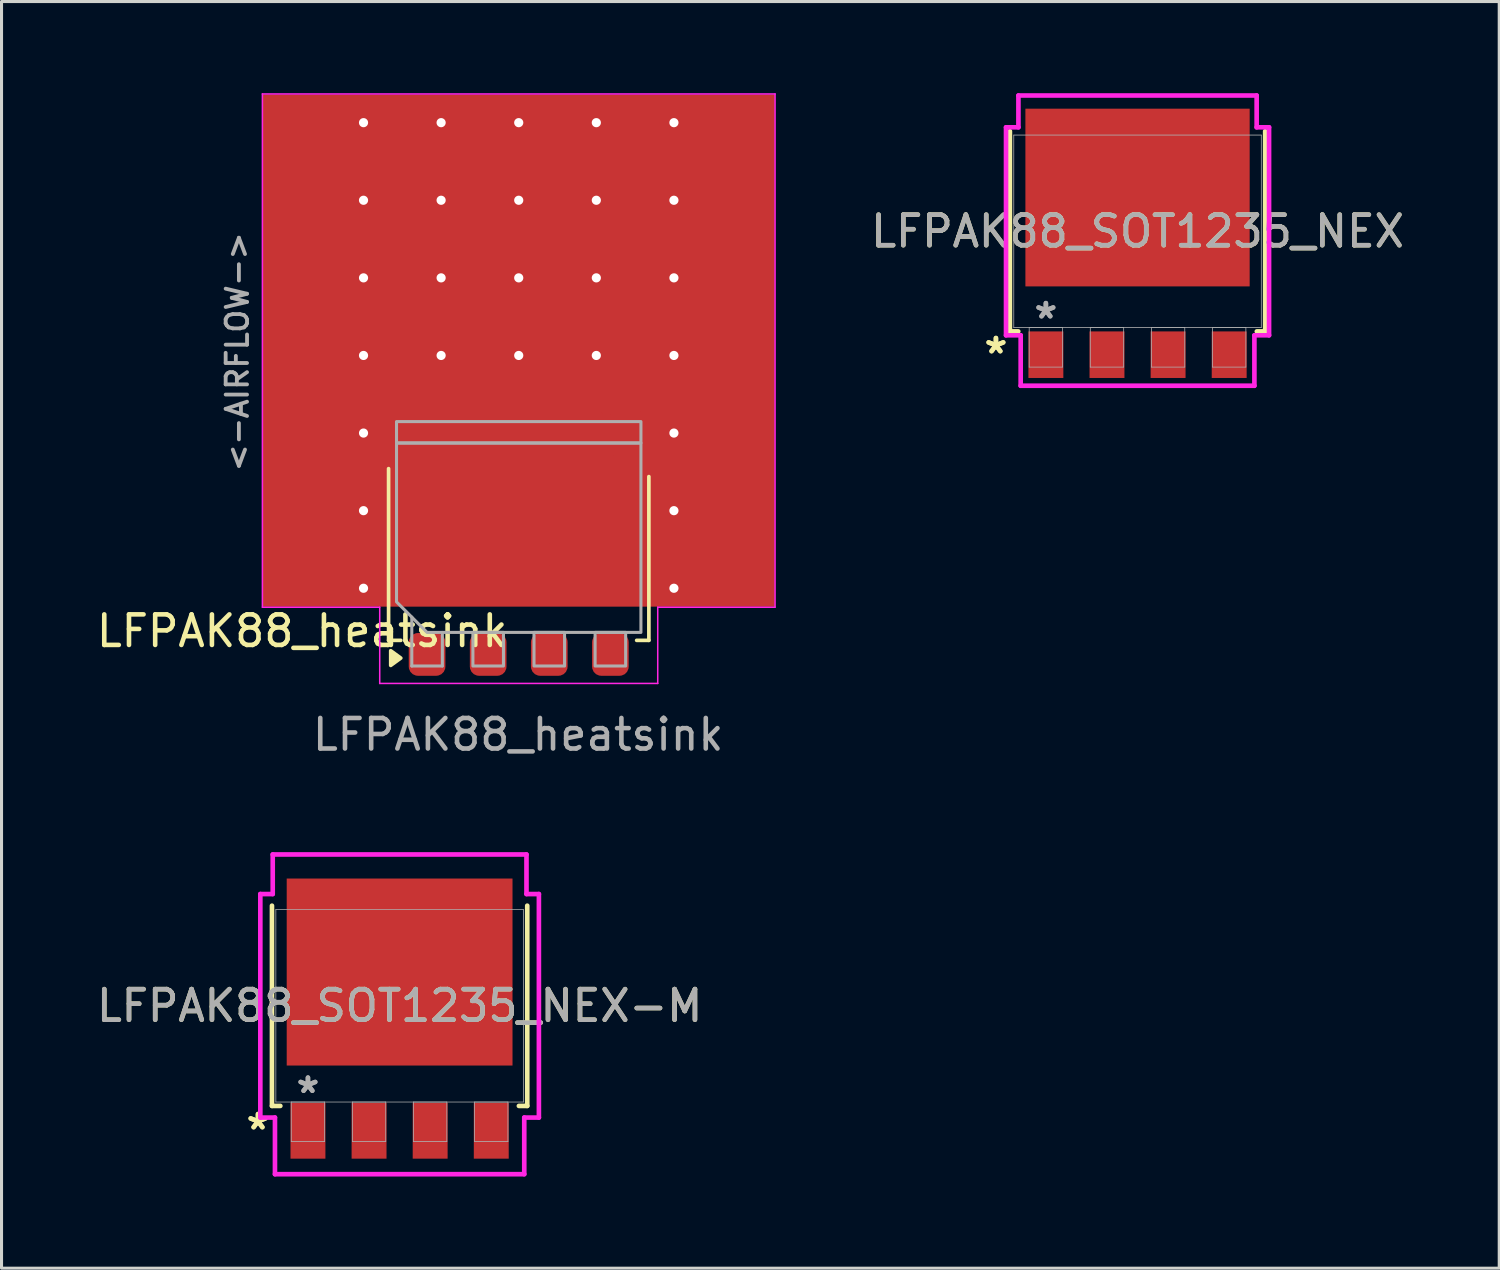
<source format=kicad_pcb>
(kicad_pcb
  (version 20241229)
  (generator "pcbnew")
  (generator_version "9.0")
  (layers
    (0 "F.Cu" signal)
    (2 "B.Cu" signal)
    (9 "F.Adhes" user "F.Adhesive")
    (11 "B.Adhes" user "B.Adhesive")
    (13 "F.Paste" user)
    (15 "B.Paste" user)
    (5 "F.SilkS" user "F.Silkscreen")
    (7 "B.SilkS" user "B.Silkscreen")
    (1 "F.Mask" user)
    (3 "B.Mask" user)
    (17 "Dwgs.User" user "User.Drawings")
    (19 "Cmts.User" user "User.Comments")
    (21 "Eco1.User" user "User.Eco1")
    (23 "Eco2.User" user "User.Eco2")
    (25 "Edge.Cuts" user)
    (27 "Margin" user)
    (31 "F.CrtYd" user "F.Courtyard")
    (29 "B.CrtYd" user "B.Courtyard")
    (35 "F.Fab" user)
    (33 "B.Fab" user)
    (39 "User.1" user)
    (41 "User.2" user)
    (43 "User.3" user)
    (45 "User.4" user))
  (footprint "LFPAK88_SOT1235_NEX"
    (layer "F.Cu")
    (at 34.184 4.521)
    (property "Reference" "LFPAK88_SOT1235_NEX" (at 0 0 0) (unlocked yes) (layer "F.SilkS") (effects (font (size 1 1) (thickness 0.15))))
    (attr smd)
    (fp_line (start -4.178 -3.277) (end -4.178 3.277) (stroke (width 0.152) (type solid)) (layer "F.SilkS"))
    (fp_line (start -4.178 3.277) (end -3.904 3.277) (stroke (width 0.152) (type solid)) (layer "F.SilkS"))
    (fp_line (start 3.904 3.277) (end 4.178 3.277) (stroke (width 0.152) (type solid)) (layer "F.SilkS"))
    (fp_line (start 4.178 3.277) (end 4.178 -3.277) (stroke (width 0.152) (type solid)) (layer "F.SilkS"))
    (fp_line (start -4.305 -3.404) (end -3.899 -3.404) (stroke (width 0.152) (type solid)) (layer "F.CrtYd"))
    (fp_line (start -4.305 3.404) (end -4.305 -3.404) (stroke (width 0.152) (type solid)) (layer "F.CrtYd"))
    (fp_line (start -3.899 -4.445) (end 3.899 -4.445) (stroke (width 0.152) (type solid)) (layer "F.CrtYd"))
    (fp_line (start -3.899 -3.404) (end -3.899 -4.445) (stroke (width 0.152) (type solid)) (layer "F.CrtYd"))
    (fp_line (start -3.825 3.404) (end -4.305 3.404) (stroke (width 0.152) (type solid)) (layer "F.CrtYd"))
    (fp_line (start -3.825 5.055) (end -3.825 3.404) (stroke (width 0.152) (type solid)) (layer "F.CrtYd"))
    (fp_line (start 3.825 3.404) (end 3.825 5.055) (stroke (width 0.152) (type solid)) (layer "F.CrtYd"))
    (fp_line (start 3.825 5.055) (end -3.825 5.055) (stroke (width 0.152) (type solid)) (layer "F.CrtYd"))
    (fp_line (start 3.899 -4.445) (end 3.899 -3.404) (stroke (width 0.152) (type solid)) (layer "F.CrtYd"))
    (fp_line (start 3.899 -3.404) (end 4.305 -3.404) (stroke (width 0.152) (type solid)) (layer "F.CrtYd"))
    (fp_line (start 4.305 -3.404) (end 4.305 3.404) (stroke (width 0.152) (type solid)) (layer "F.CrtYd"))
    (fp_line (start 4.305 3.404) (end 3.825 3.404) (stroke (width 0.152) (type solid)) (layer "F.CrtYd"))
    (fp_line (start -4.051 -3.15) (end -4.051 3.15) (stroke (width 0.025) (type solid)) (layer "F.Fab"))
    (fp_line (start -4.051 3.15) (end 4.051 3.15) (stroke (width 0.025) (type solid)) (layer "F.Fab"))
    (fp_line (start -3.546 3.15) (end -3.546 4.445) (stroke (width 0.025) (type solid)) (layer "F.Fab"))
    (fp_line (start -3.546 4.445) (end -2.454 4.445) (stroke (width 0.025) (type solid)) (layer "F.Fab"))
    (fp_line (start -2.454 3.15) (end -3.546 3.15) (stroke (width 0.025) (type solid)) (layer "F.Fab"))
    (fp_line (start -2.454 4.445) (end -2.454 3.15) (stroke (width 0.025) (type solid)) (layer "F.Fab"))
    (fp_line (start -1.546 3.15) (end -1.546 4.445) (stroke (width 0.025) (type solid)) (layer "F.Fab"))
    (fp_line (start -1.546 4.445) (end -0.454 4.445) (stroke (width 0.025) (type solid)) (layer "F.Fab"))
    (fp_line (start -0.454 3.15) (end -1.546 3.15) (stroke (width 0.025) (type solid)) (layer "F.Fab"))
    (fp_line (start -0.454 4.445) (end -0.454 3.15) (stroke (width 0.025) (type solid)) (layer "F.Fab"))
    (fp_line (start 0.454 3.15) (end 0.454 4.445) (stroke (width 0.025) (type solid)) (layer "F.Fab"))
    (fp_line (start 0.454 4.445) (end 1.546 4.445) (stroke (width 0.025) (type solid)) (layer "F.Fab"))
    (fp_line (start 1.546 3.15) (end 0.454 3.15) (stroke (width 0.025) (type solid)) (layer "F.Fab"))
    (fp_line (start 1.546 4.445) (end 1.546 3.15) (stroke (width 0.025) (type solid)) (layer "F.Fab"))
    (fp_line (start 2.454 3.15) (end 2.454 4.445) (stroke (width 0.025) (type solid)) (layer "F.Fab"))
    (fp_line (start 2.454 4.445) (end 3.546 4.445) (stroke (width 0.025) (type solid)) (layer "F.Fab"))
    (fp_line (start 3.546 3.15) (end 2.454 3.15) (stroke (width 0.025) (type solid)) (layer "F.Fab"))
    (fp_line (start 3.546 4.445) (end 3.546 3.15) (stroke (width 0.025) (type solid)) (layer "F.Fab"))
    (fp_line (start 4.051 -3.15) (end -4.051 -3.15) (stroke (width 0.025) (type solid)) (layer "F.Fab"))
    (fp_line (start 4.051 3.15) (end 4.051 -3.15) (stroke (width 0.025) (type solid)) (layer "F.Fab"))
    (fp_text user "*" (at -4.635 4.039 0) (unlocked yes) (layer "F.SilkS") (effects (font (size 1 1) (thickness 0.15))))
    (fp_text user "*" (at -4.635 4.039 0) (layer "F.SilkS") (effects (font (size 1 1) (thickness 0.15))))
    (fp_text user "*" (at -3 2.896 0) (unlocked yes) (layer "F.Fab") (effects (font (size 1 1) (thickness 0.15))))
    (fp_text user "*" (at -3 2.896 0) (layer "F.Fab") (effects (font (size 1 1) (thickness 0.15))))
    (fp_text user "${REFERENCE}" (at 0 0 0) (unlocked yes) (layer "F.Fab") (effects (font (size 1 1) (thickness 0.15))))
    (pad "1" smd rect (at -3 4.039) (size 1.143 1.524) (layers "F.Cu" "F.Mask" "F.Paste"))
    (pad "2" smd rect (at -1 4.039) (size 1.143 1.524) (layers "F.Cu" "F.Mask" "F.Paste"))
    (pad "3" smd rect (at 1 4.039) (size 1.143 1.524) (layers "F.Cu" "F.Mask" "F.Paste"))
    (pad "4" smd rect (at 3 4.039) (size 1.143 1.524) (layers "F.Cu" "F.Mask" "F.Paste"))
    (pad "5" smd rect (at 0 -1.105) (size 7.341 5.817) (layers "F.Cu" "F.Mask" "F.Paste")))
  (footprint "LFPAK88_SOT1235_NEX-M"
    (layer "F.Cu")
    (at 10.03 29.872)
    (property "Reference" "LFPAK88_SOT1235_NEX-M" (at 0 0 0) (unlocked yes) (layer "F.SilkS") (effects (font (size 1 1) (thickness 0.15))))
    (attr smd)
    (fp_line (start -4.178 -3.277) (end -4.178 3.277) (stroke (width 0.152) (type solid)) (layer "F.SilkS"))
    (fp_line (start -4.178 3.277) (end -3.904 3.277) (stroke (width 0.152) (type solid)) (layer "F.SilkS"))
    (fp_line (start 3.904 3.277) (end 4.178 3.277) (stroke (width 0.152) (type solid)) (layer "F.SilkS"))
    (fp_line (start 4.178 3.277) (end 4.178 -3.277) (stroke (width 0.152) (type solid)) (layer "F.SilkS"))
    (fp_line (start -4.559 -3.658) (end -4.153 -3.658) (stroke (width 0.152) (type solid)) (layer "F.CrtYd"))
    (fp_line (start -4.559 3.658) (end -4.559 -3.658) (stroke (width 0.152) (type solid)) (layer "F.CrtYd"))
    (fp_line (start -4.153 -4.953) (end 4.153 -4.953) (stroke (width 0.152) (type solid)) (layer "F.CrtYd"))
    (fp_line (start -4.153 -3.658) (end -4.153 -4.953) (stroke (width 0.152) (type solid)) (layer "F.CrtYd"))
    (fp_line (start -4.08 3.658) (end -4.559 3.658) (stroke (width 0.152) (type solid)) (layer "F.CrtYd"))
    (fp_line (start -4.08 5.512) (end -4.08 3.658) (stroke (width 0.152) (type solid)) (layer "F.CrtYd"))
    (fp_line (start 4.08 3.658) (end 4.08 5.512) (stroke (width 0.152) (type solid)) (layer "F.CrtYd"))
    (fp_line (start 4.08 5.512) (end -4.08 5.512) (stroke (width 0.152) (type solid)) (layer "F.CrtYd"))
    (fp_line (start 4.153 -4.953) (end 4.153 -3.658) (stroke (width 0.152) (type solid)) (layer "F.CrtYd"))
    (fp_line (start 4.153 -3.658) (end 4.559 -3.658) (stroke (width 0.152) (type solid)) (layer "F.CrtYd"))
    (fp_line (start 4.559 -3.658) (end 4.559 3.658) (stroke (width 0.152) (type solid)) (layer "F.CrtYd"))
    (fp_line (start 4.559 3.658) (end 4.08 3.658) (stroke (width 0.152) (type solid)) (layer "F.CrtYd"))
    (fp_line (start -4.051 -3.15) (end -4.051 3.15) (stroke (width 0.025) (type solid)) (layer "F.Fab"))
    (fp_line (start -4.051 3.15) (end 4.051 3.15) (stroke (width 0.025) (type solid)) (layer "F.Fab"))
    (fp_line (start -3.546 3.15) (end -3.546 4.445) (stroke (width 0.025) (type solid)) (layer "F.Fab"))
    (fp_line (start -3.546 4.445) (end -2.454 4.445) (stroke (width 0.025) (type solid)) (layer "F.Fab"))
    (fp_line (start -2.454 3.15) (end -3.546 3.15) (stroke (width 0.025) (type solid)) (layer "F.Fab"))
    (fp_line (start -2.454 4.445) (end -2.454 3.15) (stroke (width 0.025) (type solid)) (layer "F.Fab"))
    (fp_line (start -1.546 3.15) (end -1.546 4.445) (stroke (width 0.025) (type solid)) (layer "F.Fab"))
    (fp_line (start -1.546 4.445) (end -0.454 4.445) (stroke (width 0.025) (type solid)) (layer "F.Fab"))
    (fp_line (start -0.454 3.15) (end -1.546 3.15) (stroke (width 0.025) (type solid)) (layer "F.Fab"))
    (fp_line (start -0.454 4.445) (end -0.454 3.15) (stroke (width 0.025) (type solid)) (layer "F.Fab"))
    (fp_line (start 0.454 3.15) (end 0.454 4.445) (stroke (width 0.025) (type solid)) (layer "F.Fab"))
    (fp_line (start 0.454 4.445) (end 1.546 4.445) (stroke (width 0.025) (type solid)) (layer "F.Fab"))
    (fp_line (start 1.546 3.15) (end 0.454 3.15) (stroke (width 0.025) (type solid)) (layer "F.Fab"))
    (fp_line (start 1.546 4.445) (end 1.546 3.15) (stroke (width 0.025) (type solid)) (layer "F.Fab"))
    (fp_line (start 2.454 3.15) (end 2.454 4.445) (stroke (width 0.025) (type solid)) (layer "F.Fab"))
    (fp_line (start 2.454 4.445) (end 3.546 4.445) (stroke (width 0.025) (type solid)) (layer "F.Fab"))
    (fp_line (start 3.546 3.15) (end 2.454 3.15) (stroke (width 0.025) (type solid)) (layer "F.Fab"))
    (fp_line (start 3.546 4.445) (end 3.546 3.15) (stroke (width 0.025) (type solid)) (layer "F.Fab"))
    (fp_line (start 4.051 -3.15) (end -4.051 -3.15) (stroke (width 0.025) (type solid)) (layer "F.Fab"))
    (fp_line (start 4.051 3.15) (end 4.051 -3.15) (stroke (width 0.025) (type solid)) (layer "F.Fab"))
    (fp_text user "*" (at -4.635 4.089 0) (layer "F.SilkS") (effects (font (size 1 1) (thickness 0.15))))
    (fp_text user "*" (at -4.635 4.089 0) (unlocked yes) (layer "F.SilkS") (effects (font (size 1 1) (thickness 0.15))))
    (fp_text user "*" (at -3 2.896 0) (layer "F.Fab") (effects (font (size 1 1) (thickness 0.15))))
    (fp_text user "${REFERENCE}" (at 0 0 0) (unlocked yes) (layer "F.Fab") (effects (font (size 1 1) (thickness 0.15))))
    (fp_text user "*" (at -3 2.896 0) (unlocked yes) (layer "F.Fab") (effects (font (size 1 1) (thickness 0.15))))
    (pad "1" smd rect (at -3 4.089) (size 1.143 1.829) (layers "F.Cu" "F.Mask" "F.Paste"))
    (pad "2" smd rect (at -1 4.089) (size 1.143 1.829) (layers "F.Cu" "F.Mask" "F.Paste"))
    (pad "3" smd rect (at 1 4.089) (size 1.143 1.829) (layers "F.Cu" "F.Mask" "F.Paste"))
    (pad "4" smd rect (at 3 4.089) (size 1.143 1.829) (layers "F.Cu" "F.Mask" "F.Paste"))
    (pad "5" smd rect (at 0 -1.105) (size 7.391 6.121) (layers "F.Cu" "F.Mask" "F.Paste")))
  (footprint "LFPAK88_heatsink"
    (layer "F.Cu")
    (at 13.929 14.525)
    (property "Reference" "LFPAK88_heatsink" (at -7.09 3.08 0) (layer "F.SilkS") (effects (font (size 1 1) (thickness 0.15))))
    (attr smd)
    (fp_rect (start -8.128 -14.256) (end -6.223 2) (stroke (width 0.1) (type solid)) (fill yes) (layer "F.Mask"))
    (fp_rect (start 6.223 -14.256) (end 8.128 2) (stroke (width 0.1) (type solid)) (fill yes) (layer "F.Mask"))
    (fp_line (start -4.26 3.385) (end -4.26 -2.235) (stroke (width 0.12) (type solid)) (layer "F.SilkS"))
    (fp_line (start -4.26 3.385) (end -3.86 3.385) (stroke (width 0.12) (type default)) (layer "F.SilkS"))
    (fp_line (start 3.86 3.385) (end 4.26 3.385) (stroke (width 0.12) (type default)) (layer "F.SilkS"))
    (fp_line (start 4.26 3.385) (end 4.26 -1.975) (stroke (width 0.12) (type solid)) (layer "F.SilkS"))
    (fp_poly (pts (xy -3.86 3.965) (xy -4.19 3.725) (xy -4.19 4.205) (xy -3.86 3.965)) (stroke (width 0.12) (type solid)) (fill yes) (layer "F.SilkS"))
    (fp_rect (start -7.747 -14.256) (end -6.604 2) (stroke (width 0.1) (type solid)) (fill yes) (layer "F.Paste"))
    (fp_rect (start 6.604 -14.256) (end 7.747 2) (stroke (width 0.1) (type solid)) (fill yes) (layer "F.Paste"))
    (fp_line (start -8.39 -14.5) (end -8.39 2.3) (stroke (width 0.05) (type default)) (layer "F.CrtYd"))
    (fp_line (start -8.39 2.3) (end -4.55 2.3) (stroke (width 0.05) (type default)) (layer "F.CrtYd"))
    (fp_line (start -4.55 2.3) (end -4.55 4.795) (stroke (width 0.05) (type default)) (layer "F.CrtYd"))
    (fp_line (start -4.55 4.795) (end 4.55 4.795) (stroke (width 0.05) (type default)) (layer "F.CrtYd"))
    (fp_line (start 4.55 4.795) (end 4.55 2.3) (stroke (width 0.05) (type default)) (layer "F.CrtYd"))
    (fp_line (start 8.39 -14.5) (end -8.39 -14.5) (stroke (width 0.05) (type default)) (layer "F.CrtYd"))
    (fp_line (start 8.39 2.3) (end 4.55 2.3) (stroke (width 0.05) (type default)) (layer "F.CrtYd"))
    (fp_line (start 8.39 2.3) (end 8.39 -14.5) (stroke (width 0.05) (type default)) (layer "F.CrtYd"))
    (fp_line (start -3.5 4.225) (end -3.5 2.625) (stroke (width 0.1) (type default)) (layer "F.Fab"))
    (fp_line (start -3.5 4.225) (end -2.5 4.225) (stroke (width 0.1) (type default)) (layer "F.Fab"))
    (fp_line (start -2.5 4.225) (end -2.5 3.125) (stroke (width 0.1) (type default)) (layer "F.Fab"))
    (fp_rect (start -4 -3.775) (end 4 -3.075) (stroke (width 0.1) (type default)) (fill no) (layer "F.Fab"))
    (fp_rect (start -1.5 3.125) (end -0.5 4.225) (stroke (width 0.1) (type default)) (fill no) (layer "F.Fab"))
    (fp_rect (start 0.5 3.125) (end 1.5 4.225) (stroke (width 0.1) (type default)) (fill no) (layer "F.Fab"))
    (fp_rect (start 2.5 3.125) (end 3.5 4.225) (stroke (width 0.1) (type default)) (fill no) (layer "F.Fab"))
    (fp_poly (pts (xy -3 3.125) (xy -4 2.125) (xy -4 -3.075) (xy 4 -3.075) (xy 4 3.125)) (stroke (width 0.1) (type solid)) (fill no) (layer "F.Fab"))
    (fp_text user "<-AIRFLOW->" (at -9.21 -6.06 90) (unlocked yes) (layer "F.Fab") (effects (font (size 0.7 0.7) (thickness 0.125))))
    (fp_text user "${REFERENCE}" (at -0.02 6.47 180) (layer "F.Fab") (effects (font (size 1 1) (thickness 0.15))))
    (pad "1" smd roundrect (at -3 3.845 90) (size 1.4 1.2) (layers "F.Cu" "F.Mask" "F.Paste") (roundrect_rratio 0.25))
    (pad "2" smd roundrect (at -1 3.845 90) (size 1.4 1.2) (layers "F.Cu" "F.Mask" "F.Paste") (roundrect_rratio 0.25))
    (pad "3" smd roundrect (at 1 3.845 90) (size 1.4 1.2) (layers "F.Cu" "F.Mask" "F.Paste") (roundrect_rratio 0.25))
    (pad "4" smd roundrect (at 3 3.845 90) (size 1.4 1.2) (layers "F.Cu" "F.Mask" "F.Paste") (roundrect_rratio 0.25))
    (pad "5" thru_hole circle (at -5.08 -13.56 90) (size 0.45 0.45) (drill 0.3) (property pad_prop_heatsink) (layers "*.Cu" "*.Mask") (remove_unused_layers yes) (zone_layer_connections))
    (pad "5" thru_hole circle (at -5.08 -11.02 90) (size 0.45 0.45) (drill 0.3) (property pad_prop_heatsink) (layers "*.Cu" "*.Mask") (remove_unused_layers yes) (zone_layer_connections))
    (pad "5" thru_hole circle (at -5.08 -8.48 90) (size 0.45 0.45) (drill 0.3) (property pad_prop_heatsink) (layers "*.Cu" "*.Mask") (remove_unused_layers yes) (zone_layer_connections))
    (pad "5" thru_hole circle (at -5.08 -5.94 90) (size 0.45 0.45) (drill 0.3) (property pad_prop_heatsink) (layers "*.Cu" "*.Mask") (remove_unused_layers yes) (zone_layer_connections))
    (pad "5" thru_hole circle (at -5.08 -3.4 90) (size 0.45 0.45) (drill 0.3) (property pad_prop_heatsink) (layers "*.Cu" "*.Mask") (remove_unused_layers yes) (zone_layer_connections))
    (pad "5" thru_hole circle (at -5.08 -0.86 90) (size 0.45 0.45) (drill 0.3) (property pad_prop_heatsink) (layers "*.Cu" "*.Mask") (remove_unused_layers yes) (zone_layer_connections))
    (pad "5" thru_hole circle (at -5.08 1.68 90) (size 0.45 0.45) (drill 0.3) (property pad_prop_heatsink) (layers "*.Cu" "*.Mask") (remove_unused_layers yes) (zone_layer_connections))
    (pad "5" smd roundrect (at -3.55 -3.525 90) (size 1.25 1.2) (layers "F.Cu" "F.Paste") (roundrect_rratio 0.25))
    (pad "5" thru_hole circle (at -2.54 -13.56 90) (size 0.45 0.45) (drill 0.3) (property pad_prop_heatsink) (layers "*.Cu" "*.Mask") (remove_unused_layers yes) (zone_layer_connections))
    (pad "5" thru_hole circle (at -2.54 -11.02 90) (size 0.45 0.45) (drill 0.3) (property pad_prop_heatsink) (layers "*.Cu" "*.Mask") (remove_unused_layers yes) (zone_layer_connections))
    (pad "5" thru_hole circle (at -2.54 -8.48 90) (size 0.45 0.45) (drill 0.3) (property pad_prop_heatsink) (layers "*.Cu" "*.Mask") (remove_unused_layers yes) (zone_layer_connections))
    (pad "5" thru_hole circle (at -2.54 -5.94 90) (size 0.45 0.45) (drill 0.3) (property pad_prop_heatsink) (layers "*.Cu" "*.Mask") (remove_unused_layers yes) (zone_layer_connections))
    (pad "5" smd roundrect (at -2.25 -2.125 90) (size 1.15 2.05) (layers "F.Cu" "F.Paste") (roundrect_rratio 0.25))
    (pad "5" smd roundrect (at -2.25 -0.775 90) (size 1.15 2.05) (layers "F.Cu" "F.Paste") (roundrect_rratio 0.25))
    (pad "5" smd roundrect (at -2.25 0.575 90) (size 1.15 2.05) (layers "F.Cu" "F.Paste") (roundrect_rratio 0.25))
    (pad "5" smd roundrect (at -1.7 -3.8 90) (size 0.7 2.1) (layers "F.Cu" "F.Paste") (roundrect_rratio 0.25))
    (pad "5" thru_hole circle (at 0 -13.56 90) (size 0.45 0.45) (drill 0.3) (property pad_prop_heatsink) (layers "*.Cu" "*.Mask") (remove_unused_layers yes) (zone_layer_connections))
    (pad "5" thru_hole circle (at 0 -11.02 90) (size 0.45 0.45) (drill 0.3) (property pad_prop_heatsink) (layers "*.Cu" "*.Mask") (remove_unused_layers yes) (zone_layer_connections))
    (pad "5" thru_hole circle (at 0 -8.48 90) (size 0.45 0.45) (drill 0.3) (property pad_prop_heatsink) (layers "*.Cu" "*.Mask") (remove_unused_layers yes) (zone_layer_connections))
    (pad "5" smd rect (at 0 -6.1 90) (size 16.764 16.764) (layers "F.Cu"))
    (pad "5" thru_hole circle (at 0 -5.94 90) (size 0.45 0.45) (drill 0.3) (property pad_prop_heatsink) (layers "*.Cu" "*.Mask") (remove_unused_layers yes) (zone_layer_connections))
    (pad "5" smd roundrect (at 0 -3.525 90) (size 1.25 0.7) (layers "F.Cu" "F.Paste") (roundrect_rratio 0.25))
    (pad "5" smd roundrect (at 0 -2.125 90) (size 1.15 2.05) (layers "F.Cu" "F.Paste") (roundrect_rratio 0.25))
    (pad "5" smd roundrect (at 0 -0.775 90) (size 1.15 2.05) (layers "F.Cu" "F.Paste") (roundrect_rratio 0.25))
    (pad "5" smd custom (at 0 -0.625 90) (size 3.74 6.8) (layers "F.Cu" "F.Mask") (options (anchor rect)) (primitives (gr_poly (pts (xy 1.87 3.4) (xy 1.87 4.3) (xy 3.63 4.3) (xy 3.63 -4.3) (xy 1.87 -4.3) (xy 1.87 -3.4)) (width 0) (fill yes))))
    (pad "5" smd roundrect (at 0 0.575 90) (size 1.15 2.05) (layers "F.Cu" "F.Paste") (roundrect_rratio 0.25))
    (pad "5" smd roundrect (at 1.7 -3.8 90) (size 0.7 2.1) (layers "F.Cu" "F.Paste") (roundrect_rratio 0.25))
    (pad "5" smd roundrect (at 2.25 -2.125 90) (size 1.15 2.05) (layers "F.Cu" "F.Paste") (roundrect_rratio 0.25))
    (pad "5" smd roundrect (at 2.25 -0.775 90) (size 1.15 2.05) (layers "F.Cu" "F.Paste") (roundrect_rratio 0.25))
    (pad "5" smd roundrect (at 2.25 0.575 90) (size 1.15 2.05) (layers "F.Cu" "F.Paste") (roundrect_rratio 0.25))
    (pad "5" thru_hole circle (at 2.54 -13.56 90) (size 0.45 0.45) (drill 0.3) (property pad_prop_heatsink) (layers "*.Cu" "*.Mask") (remove_unused_layers yes) (zone_layer_connections))
    (pad "5" thru_hole circle (at 2.54 -11.02 90) (size 0.45 0.45) (drill 0.3) (property pad_prop_heatsink) (layers "*.Cu" "*.Mask") (remove_unused_layers yes) (zone_layer_connections))
    (pad "5" thru_hole circle (at 2.54 -8.48 90) (size 0.45 0.45) (drill 0.3) (property pad_prop_heatsink) (layers "*.Cu" "*.Mask") (remove_unused_layers yes) (zone_layer_connections))
    (pad "5" thru_hole circle (at 2.54 -5.94 90) (size 0.45 0.45) (drill 0.3) (property pad_prop_heatsink) (layers "*.Cu" "*.Mask") (remove_unused_layers yes) (zone_layer_connections))
    (pad "5" smd roundrect (at 3.55 -3.525 90) (size 1.25 1.2) (layers "F.Cu" "F.Paste") (roundrect_rratio 0.25))
    (pad "5" thru_hole circle (at 5.08 -13.56 90) (size 0.45 0.45) (drill 0.3) (property pad_prop_heatsink) (layers "*.Cu" "*.Mask") (remove_unused_layers yes) (zone_layer_connections))
    (pad "5" thru_hole circle (at 5.08 -11.02 90) (size 0.45 0.45) (drill 0.3) (property pad_prop_heatsink) (layers "*.Cu" "*.Mask") (remove_unused_layers yes) (zone_layer_connections))
    (pad "5" thru_hole circle (at 5.08 -8.48 90) (size 0.45 0.45) (drill 0.3) (property pad_prop_heatsink) (layers "*.Cu" "*.Mask") (remove_unused_layers yes) (zone_layer_connections))
    (pad "5" thru_hole circle (at 5.08 -5.94 90) (size 0.45 0.45) (drill 0.3) (property pad_prop_heatsink) (layers "*.Cu" "*.Mask") (remove_unused_layers yes) (zone_layer_connections))
    (pad "5" thru_hole circle (at 5.08 -3.4 90) (size 0.45 0.45) (drill 0.3) (property pad_prop_heatsink) (layers "*.Cu" "*.Mask") (remove_unused_layers yes) (zone_layer_connections))
    (pad "5" thru_hole circle (at 5.08 -0.86 90) (size 0.45 0.45) (drill 0.3) (property pad_prop_heatsink) (layers "*.Cu" "*.Mask") (remove_unused_layers yes) (zone_layer_connections))
    (pad "5" thru_hole circle (at 5.08 1.68 90) (size 0.45 0.45) (drill 0.3) (property pad_prop_heatsink) (layers "*.Cu" "*.Mask") (remove_unused_layers yes) (zone_layer_connections)))
  (gr_rect
    (start -3 -3)
    (end 46.023 38.46)
    (stroke (width 0.1) (type default))
    (fill no)
    (layer "Edge.Cuts")))
</source>
